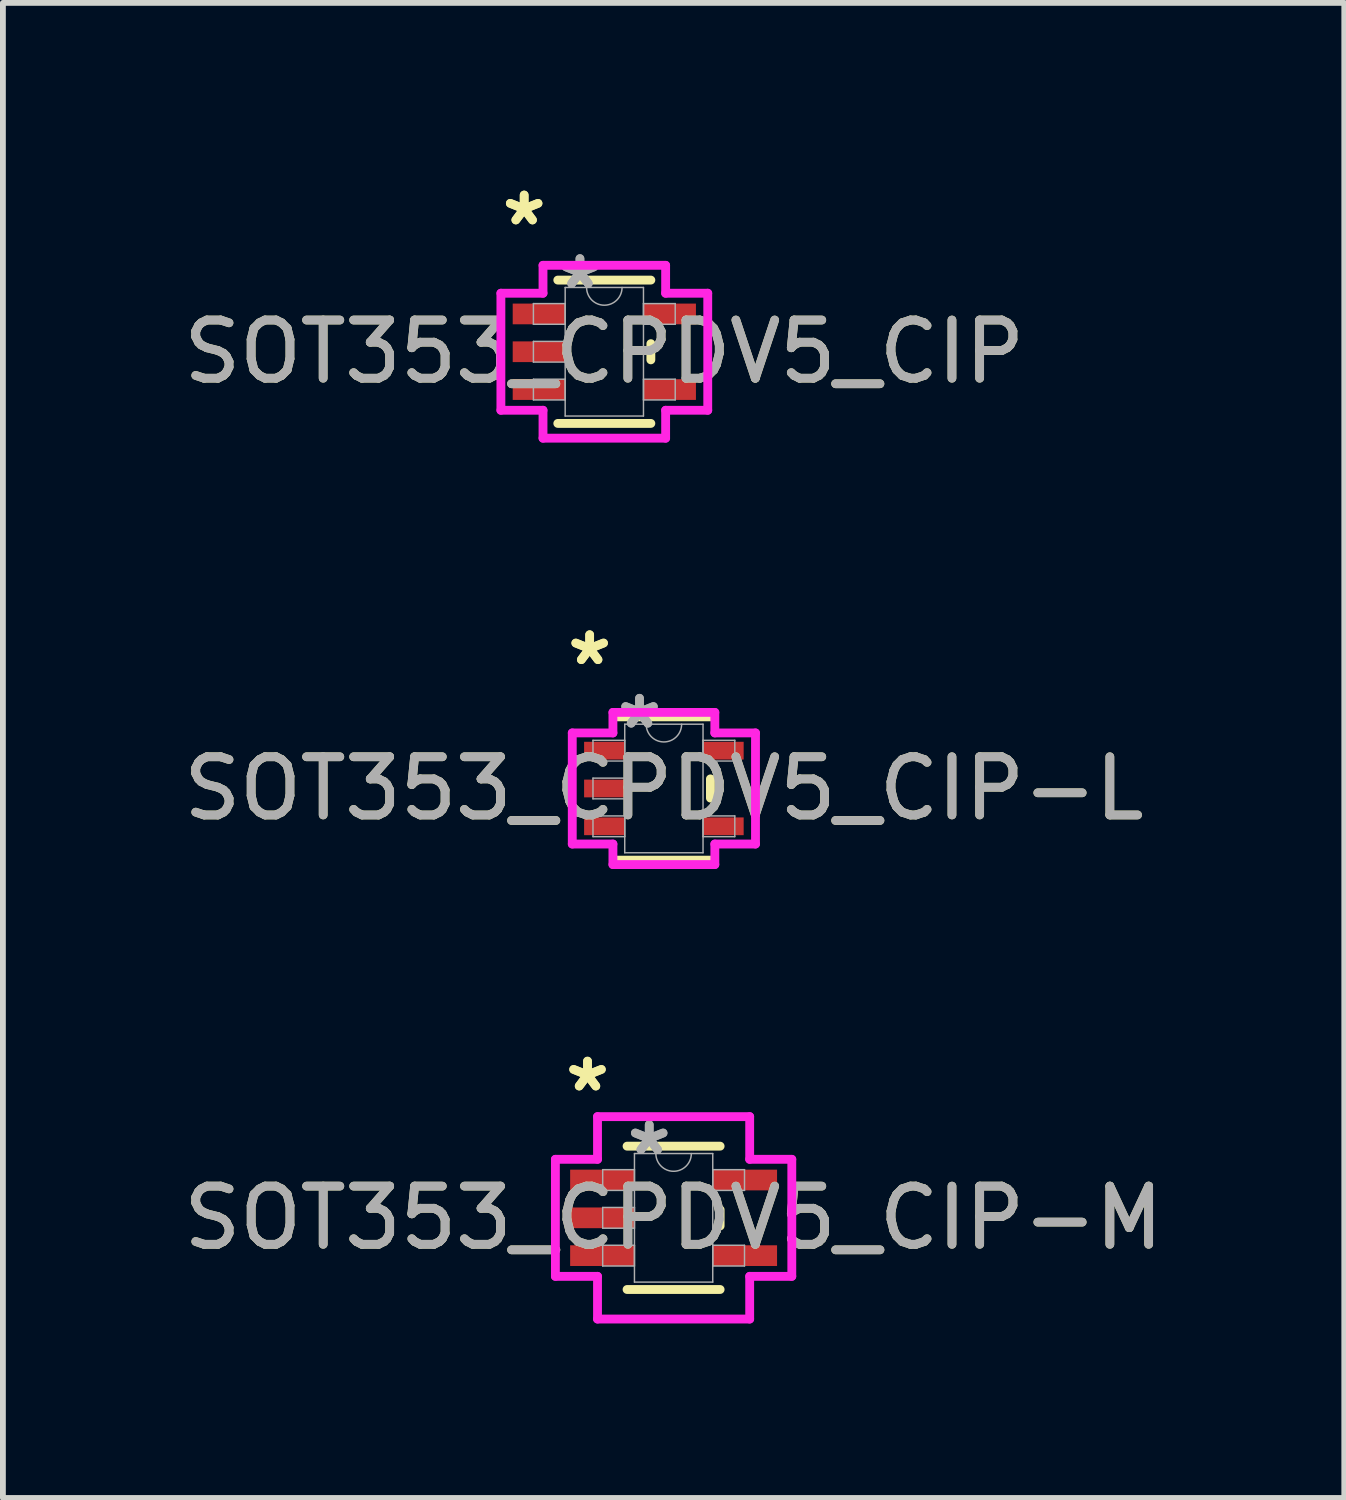
<source format=kicad_pcb>
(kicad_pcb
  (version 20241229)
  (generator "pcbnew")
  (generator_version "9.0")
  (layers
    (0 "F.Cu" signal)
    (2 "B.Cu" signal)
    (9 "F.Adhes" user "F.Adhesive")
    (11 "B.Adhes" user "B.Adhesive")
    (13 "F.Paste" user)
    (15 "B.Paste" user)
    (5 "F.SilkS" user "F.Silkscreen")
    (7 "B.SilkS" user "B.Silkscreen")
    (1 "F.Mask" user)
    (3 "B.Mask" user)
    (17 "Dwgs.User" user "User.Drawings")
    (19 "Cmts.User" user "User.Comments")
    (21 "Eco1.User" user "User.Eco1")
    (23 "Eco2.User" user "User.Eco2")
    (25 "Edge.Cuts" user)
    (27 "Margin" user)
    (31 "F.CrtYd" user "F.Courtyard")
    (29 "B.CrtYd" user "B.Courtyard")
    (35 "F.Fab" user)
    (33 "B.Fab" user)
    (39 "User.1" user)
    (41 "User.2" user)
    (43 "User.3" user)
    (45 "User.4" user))
  (footprint "SOT353_CPDV5_CIP-M"
    (layer "F.Cu")
    (at 8.53 17.886)
    (property "Reference" "SOT353_CPDV5_CIP-M" (at 0 0 0) (unlocked yes) (layer "F.SilkS") (effects (font (size 1 1) (thickness 0.15))))
    (attr smd)
    (fp_line (start -0.8 1.232) (end 0.8 1.232) (stroke (width 0.152) (type solid)) (layer "F.SilkS"))
    (fp_line (start 0.8 -1.232) (end -0.8 -1.232) (stroke (width 0.152) (type solid)) (layer "F.SilkS"))
    (fp_line (start 0.8 0.139) (end 0.8 -0.139) (stroke (width 0.152) (type solid)) (layer "F.SilkS"))
    (fp_line (start -2.032 -1.006) (end -1.308 -1.006) (stroke (width 0.152) (type solid)) (layer "F.CrtYd"))
    (fp_line (start -2.032 1.006) (end -2.032 -1.006) (stroke (width 0.152) (type solid)) (layer "F.CrtYd"))
    (fp_line (start -1.308 -1.74) (end 1.308 -1.74) (stroke (width 0.152) (type solid)) (layer "F.CrtYd"))
    (fp_line (start -1.308 -1.006) (end -1.308 -1.74) (stroke (width 0.152) (type solid)) (layer "F.CrtYd"))
    (fp_line (start -1.308 1.006) (end -2.032 1.006) (stroke (width 0.152) (type solid)) (layer "F.CrtYd"))
    (fp_line (start -1.308 1.74) (end -1.308 1.006) (stroke (width 0.152) (type solid)) (layer "F.CrtYd"))
    (fp_line (start 1.308 -1.74) (end 1.308 -1.006) (stroke (width 0.152) (type solid)) (layer "F.CrtYd"))
    (fp_line (start 1.308 -1.006) (end 2.032 -1.006) (stroke (width 0.152) (type solid)) (layer "F.CrtYd"))
    (fp_line (start 1.308 1.006) (end 1.308 1.74) (stroke (width 0.152) (type solid)) (layer "F.CrtYd"))
    (fp_line (start 1.308 1.74) (end -1.308 1.74) (stroke (width 0.152) (type solid)) (layer "F.CrtYd"))
    (fp_line (start 2.032 -1.006) (end 2.032 1.006) (stroke (width 0.152) (type solid)) (layer "F.CrtYd"))
    (fp_line (start 2.032 1.006) (end 1.308 1.006) (stroke (width 0.152) (type solid)) (layer "F.CrtYd"))
    (fp_line (start -1.219 -0.828) (end -1.219 -0.472) (stroke (width 0.025) (type solid)) (layer "F.Fab"))
    (fp_line (start -1.219 -0.472) (end -0.673 -0.472) (stroke (width 0.025) (type solid)) (layer "F.Fab"))
    (fp_line (start -1.219 -0.178) (end -1.219 0.178) (stroke (width 0.025) (type solid)) (layer "F.Fab"))
    (fp_line (start -1.219 0.178) (end -0.673 0.178) (stroke (width 0.025) (type solid)) (layer "F.Fab"))
    (fp_line (start -1.219 0.472) (end -1.219 0.828) (stroke (width 0.025) (type solid)) (layer "F.Fab"))
    (fp_line (start -1.219 0.828) (end -0.673 0.828) (stroke (width 0.025) (type solid)) (layer "F.Fab"))
    (fp_line (start -0.673 -1.105) (end -0.673 1.105) (stroke (width 0.025) (type solid)) (layer "F.Fab"))
    (fp_line (start -0.673 -0.828) (end -1.219 -0.828) (stroke (width 0.025) (type solid)) (layer "F.Fab"))
    (fp_line (start -0.673 -0.472) (end -0.673 -0.828) (stroke (width 0.025) (type solid)) (layer "F.Fab"))
    (fp_line (start -0.673 -0.178) (end -1.219 -0.178) (stroke (width 0.025) (type solid)) (layer "F.Fab"))
    (fp_line (start -0.673 0.178) (end -0.673 -0.178) (stroke (width 0.025) (type solid)) (layer "F.Fab"))
    (fp_line (start -0.673 0.472) (end -1.219 0.472) (stroke (width 0.025) (type solid)) (layer "F.Fab"))
    (fp_line (start -0.673 0.828) (end -0.673 0.472) (stroke (width 0.025) (type solid)) (layer "F.Fab"))
    (fp_line (start -0.673 1.105) (end 0.673 1.105) (stroke (width 0.025) (type solid)) (layer "F.Fab"))
    (fp_line (start 0.673 -1.105) (end -0.673 -1.105) (stroke (width 0.025) (type solid)) (layer "F.Fab"))
    (fp_line (start 0.673 -0.828) (end 0.673 -0.472) (stroke (width 0.025) (type solid)) (layer "F.Fab"))
    (fp_line (start 0.673 -0.472) (end 1.219 -0.472) (stroke (width 0.025) (type solid)) (layer "F.Fab"))
    (fp_line (start 0.673 0.472) (end 0.673 0.828) (stroke (width 0.025) (type solid)) (layer "F.Fab"))
    (fp_line (start 0.673 0.828) (end 1.219 0.828) (stroke (width 0.025) (type solid)) (layer "F.Fab"))
    (fp_line (start 0.673 1.105) (end 0.673 -1.105) (stroke (width 0.025) (type solid)) (layer "F.Fab"))
    (fp_line (start 1.219 -0.828) (end 0.673 -0.828) (stroke (width 0.025) (type solid)) (layer "F.Fab"))
    (fp_line (start 1.219 -0.472) (end 1.219 -0.828) (stroke (width 0.025) (type solid)) (layer "F.Fab"))
    (fp_line (start 1.219 0.472) (end 0.673 0.472) (stroke (width 0.025) (type solid)) (layer "F.Fab"))
    (fp_line (start 1.219 0.828) (end 1.219 0.472) (stroke (width 0.025) (type solid)) (layer "F.Fab"))
    (fp_arc (start 0.3048 -1.1049) (mid 0 -0.8001) (end -0.3048 -1.1049) (stroke (width 0.0254) (type solid)) (layer "F.Fab"))
    (fp_text user "*" (at -1.48 -2.149 0) (unlocked yes) (layer "F.SilkS") (effects (font (size 1 1) (thickness 0.15))))
    (fp_text user "*" (at -1.48 -2.149 0) (layer "F.SilkS") (effects (font (size 1 1) (thickness 0.15))))
    (fp_text user "*" (at -0.419 -1.056 0) (layer "F.Fab") (effects (font (size 1 1) (thickness 0.15))))
    (fp_text user "*" (at -0.419 -1.056 0) (unlocked yes) (layer "F.Fab") (effects (font (size 1 1) (thickness 0.15))))
    (fp_text user "${REFERENCE}" (at 0 0 0) (unlocked yes) (layer "F.Fab") (effects (font (size 1 1) (thickness 0.15))))
    (pad "1" smd rect (at -1.226 -0.65) (size 1.105 0.356) (layers "F.Cu" "F.Mask" "F.Paste"))
    (pad "2" smd rect (at -1.226 0) (size 1.105 0.356) (layers "F.Cu" "F.Mask" "F.Paste"))
    (pad "3" smd rect (at -1.226 0.65) (size 1.105 0.356) (layers "F.Cu" "F.Mask" "F.Paste"))
    (pad "4" smd rect (at 1.226 0.65) (size 1.105 0.356) (layers "F.Cu" "F.Mask" "F.Paste"))
    (pad "5" smd rect (at 1.226 -0.65) (size 1.105 0.356) (layers "F.Cu" "F.Mask" "F.Paste")))
  (footprint "SOT353_CPDV5_CIP-L"
    (layer "F.Cu")
    (at 8.363 10.505)
    (property "Reference" "SOT353_CPDV5_CIP-L" (at 0 0 0) (unlocked yes) (layer "F.SilkS") (effects (font (size 1 1) (thickness 0.15))))
    (attr smd)
    (fp_line (start -0.8 1.232) (end 0.8 1.232) (stroke (width 0.152) (type solid)) (layer "F.SilkS"))
    (fp_line (start 0.8 -1.232) (end -0.8 -1.232) (stroke (width 0.152) (type solid)) (layer "F.SilkS"))
    (fp_line (start 0.8 0.165) (end 0.8 -0.165) (stroke (width 0.152) (type solid)) (layer "F.SilkS"))
    (fp_line (start -1.575 -0.955) (end -0.876 -0.955) (stroke (width 0.152) (type solid)) (layer "F.CrtYd"))
    (fp_line (start -1.575 0.955) (end -1.575 -0.955) (stroke (width 0.152) (type solid)) (layer "F.CrtYd"))
    (fp_line (start -0.876 -1.308) (end 0.876 -1.308) (stroke (width 0.152) (type solid)) (layer "F.CrtYd"))
    (fp_line (start -0.876 -0.955) (end -0.876 -1.308) (stroke (width 0.152) (type solid)) (layer "F.CrtYd"))
    (fp_line (start -0.876 0.955) (end -1.575 0.955) (stroke (width 0.152) (type solid)) (layer "F.CrtYd"))
    (fp_line (start -0.876 1.308) (end -0.876 0.955) (stroke (width 0.152) (type solid)) (layer "F.CrtYd"))
    (fp_line (start 0.876 -1.308) (end 0.876 -0.955) (stroke (width 0.152) (type solid)) (layer "F.CrtYd"))
    (fp_line (start 0.876 -0.955) (end 1.575 -0.955) (stroke (width 0.152) (type solid)) (layer "F.CrtYd"))
    (fp_line (start 0.876 0.955) (end 0.876 1.308) (stroke (width 0.152) (type solid)) (layer "F.CrtYd"))
    (fp_line (start 0.876 1.308) (end -0.876 1.308) (stroke (width 0.152) (type solid)) (layer "F.CrtYd"))
    (fp_line (start 1.575 -0.955) (end 1.575 0.955) (stroke (width 0.152) (type solid)) (layer "F.CrtYd"))
    (fp_line (start 1.575 0.955) (end 0.876 0.955) (stroke (width 0.152) (type solid)) (layer "F.CrtYd"))
    (fp_line (start -1.219 -0.828) (end -1.219 -0.472) (stroke (width 0.025) (type solid)) (layer "F.Fab"))
    (fp_line (start -1.219 -0.472) (end -0.673 -0.472) (stroke (width 0.025) (type solid)) (layer "F.Fab"))
    (fp_line (start -1.219 -0.178) (end -1.219 0.178) (stroke (width 0.025) (type solid)) (layer "F.Fab"))
    (fp_line (start -1.219 0.178) (end -0.673 0.178) (stroke (width 0.025) (type solid)) (layer "F.Fab"))
    (fp_line (start -1.219 0.472) (end -1.219 0.828) (stroke (width 0.025) (type solid)) (layer "F.Fab"))
    (fp_line (start -1.219 0.828) (end -0.673 0.828) (stroke (width 0.025) (type solid)) (layer "F.Fab"))
    (fp_line (start -0.673 -1.105) (end -0.673 1.105) (stroke (width 0.025) (type solid)) (layer "F.Fab"))
    (fp_line (start -0.673 -0.828) (end -1.219 -0.828) (stroke (width 0.025) (type solid)) (layer "F.Fab"))
    (fp_line (start -0.673 -0.472) (end -0.673 -0.828) (stroke (width 0.025) (type solid)) (layer "F.Fab"))
    (fp_line (start -0.673 -0.178) (end -1.219 -0.178) (stroke (width 0.025) (type solid)) (layer "F.Fab"))
    (fp_line (start -0.673 0.178) (end -0.673 -0.178) (stroke (width 0.025) (type solid)) (layer "F.Fab"))
    (fp_line (start -0.673 0.472) (end -1.219 0.472) (stroke (width 0.025) (type solid)) (layer "F.Fab"))
    (fp_line (start -0.673 0.828) (end -0.673 0.472) (stroke (width 0.025) (type solid)) (layer "F.Fab"))
    (fp_line (start -0.673 1.105) (end 0.673 1.105) (stroke (width 0.025) (type solid)) (layer "F.Fab"))
    (fp_line (start 0.673 -1.105) (end -0.673 -1.105) (stroke (width 0.025) (type solid)) (layer "F.Fab"))
    (fp_line (start 0.673 -0.828) (end 0.673 -0.472) (stroke (width 0.025) (type solid)) (layer "F.Fab"))
    (fp_line (start 0.673 -0.472) (end 1.219 -0.472) (stroke (width 0.025) (type solid)) (layer "F.Fab"))
    (fp_line (start 0.673 0.472) (end 0.673 0.828) (stroke (width 0.025) (type solid)) (layer "F.Fab"))
    (fp_line (start 0.673 0.828) (end 1.219 0.828) (stroke (width 0.025) (type solid)) (layer "F.Fab"))
    (fp_line (start 0.673 1.105) (end 0.673 -1.105) (stroke (width 0.025) (type solid)) (layer "F.Fab"))
    (fp_line (start 1.219 -0.828) (end 0.673 -0.828) (stroke (width 0.025) (type solid)) (layer "F.Fab"))
    (fp_line (start 1.219 -0.472) (end 1.219 -0.828) (stroke (width 0.025) (type solid)) (layer "F.Fab"))
    (fp_line (start 1.219 0.472) (end 0.673 0.472) (stroke (width 0.025) (type solid)) (layer "F.Fab"))
    (fp_line (start 1.219 0.828) (end 1.219 0.472) (stroke (width 0.025) (type solid)) (layer "F.Fab"))
    (fp_arc (start 0.3048 -1.1049) (mid 0 -0.8001) (end -0.3048 -1.1049) (stroke (width 0.0254) (type solid)) (layer "F.Fab"))
    (fp_text user "*" (at -1.276 -2.098 0) (unlocked yes) (layer "F.SilkS") (effects (font (size 1 1) (thickness 0.15))))
    (fp_text user "*" (at -1.276 -2.098 0) (layer "F.SilkS") (effects (font (size 1 1) (thickness 0.15))))
    (fp_text user "*" (at -0.419 -1.006 0) (unlocked yes) (layer "F.Fab") (effects (font (size 1 1) (thickness 0.15))))
    (fp_text user "*" (at -0.419 -1.006 0) (layer "F.Fab") (effects (font (size 1 1) (thickness 0.15))))
    (fp_text user "${REFERENCE}" (at 0 0 0) (unlocked yes) (layer "F.Fab") (effects (font (size 1 1) (thickness 0.15))))
    (pad "1" smd rect (at -1.022 -0.65) (size 0.699 0.305) (layers "F.Cu" "F.Mask" "F.Paste"))
    (pad "2" smd rect (at -1.022 0) (size 0.699 0.305) (layers "F.Cu" "F.Mask" "F.Paste"))
    (pad "3" smd rect (at -1.022 0.65) (size 0.699 0.305) (layers "F.Cu" "F.Mask" "F.Paste"))
    (pad "4" smd rect (at 1.022 0.65) (size 0.699 0.305) (layers "F.Cu" "F.Mask" "F.Paste"))
    (pad "5" smd rect (at 1.022 -0.65) (size 0.699 0.305) (layers "F.Cu" "F.Mask" "F.Paste")))
  (footprint "SOT353_CPDV5_CIP"
    (layer "F.Cu")
    (at 7.339 2.997)
    (property "Reference" "SOT353_CPDV5_CIP" (at 0 0 0) (unlocked yes) (layer "F.SilkS") (effects (font (size 1 1) (thickness 0.15))))
    (attr smd)
    (fp_line (start -0.8 1.232) (end 0.8 1.232) (stroke (width 0.152) (type solid)) (layer "F.SilkS"))
    (fp_line (start 0.8 -1.232) (end -0.8 -1.232) (stroke (width 0.152) (type solid)) (layer "F.SilkS"))
    (fp_line (start 0.8 0.139) (end 0.8 -0.139) (stroke (width 0.152) (type solid)) (layer "F.SilkS"))
    (fp_line (start -1.778 -1.006) (end -1.054 -1.006) (stroke (width 0.152) (type solid)) (layer "F.CrtYd"))
    (fp_line (start -1.778 1.006) (end -1.778 -1.006) (stroke (width 0.152) (type solid)) (layer "F.CrtYd"))
    (fp_line (start -1.054 -1.486) (end 1.054 -1.486) (stroke (width 0.152) (type solid)) (layer "F.CrtYd"))
    (fp_line (start -1.054 -1.006) (end -1.054 -1.486) (stroke (width 0.152) (type solid)) (layer "F.CrtYd"))
    (fp_line (start -1.054 1.006) (end -1.778 1.006) (stroke (width 0.152) (type solid)) (layer "F.CrtYd"))
    (fp_line (start -1.054 1.486) (end -1.054 1.006) (stroke (width 0.152) (type solid)) (layer "F.CrtYd"))
    (fp_line (start 1.054 -1.486) (end 1.054 -1.006) (stroke (width 0.152) (type solid)) (layer "F.CrtYd"))
    (fp_line (start 1.054 -1.006) (end 1.778 -1.006) (stroke (width 0.152) (type solid)) (layer "F.CrtYd"))
    (fp_line (start 1.054 1.006) (end 1.054 1.486) (stroke (width 0.152) (type solid)) (layer "F.CrtYd"))
    (fp_line (start 1.054 1.486) (end -1.054 1.486) (stroke (width 0.152) (type solid)) (layer "F.CrtYd"))
    (fp_line (start 1.778 -1.006) (end 1.778 1.006) (stroke (width 0.152) (type solid)) (layer "F.CrtYd"))
    (fp_line (start 1.778 1.006) (end 1.054 1.006) (stroke (width 0.152) (type solid)) (layer "F.CrtYd"))
    (fp_line (start -1.219 -0.828) (end -1.219 -0.472) (stroke (width 0.025) (type solid)) (layer "F.Fab"))
    (fp_line (start -1.219 -0.472) (end -0.673 -0.472) (stroke (width 0.025) (type solid)) (layer "F.Fab"))
    (fp_line (start -1.219 -0.178) (end -1.219 0.178) (stroke (width 0.025) (type solid)) (layer "F.Fab"))
    (fp_line (start -1.219 0.178) (end -0.673 0.178) (stroke (width 0.025) (type solid)) (layer "F.Fab"))
    (fp_line (start -1.219 0.472) (end -1.219 0.828) (stroke (width 0.025) (type solid)) (layer "F.Fab"))
    (fp_line (start -1.219 0.828) (end -0.673 0.828) (stroke (width 0.025) (type solid)) (layer "F.Fab"))
    (fp_line (start -0.673 -1.105) (end -0.673 1.105) (stroke (width 0.025) (type solid)) (layer "F.Fab"))
    (fp_line (start -0.673 -0.828) (end -1.219 -0.828) (stroke (width 0.025) (type solid)) (layer "F.Fab"))
    (fp_line (start -0.673 -0.472) (end -0.673 -0.828) (stroke (width 0.025) (type solid)) (layer "F.Fab"))
    (fp_line (start -0.673 -0.178) (end -1.219 -0.178) (stroke (width 0.025) (type solid)) (layer "F.Fab"))
    (fp_line (start -0.673 0.178) (end -0.673 -0.178) (stroke (width 0.025) (type solid)) (layer "F.Fab"))
    (fp_line (start -0.673 0.472) (end -1.219 0.472) (stroke (width 0.025) (type solid)) (layer "F.Fab"))
    (fp_line (start -0.673 0.828) (end -0.673 0.472) (stroke (width 0.025) (type solid)) (layer "F.Fab"))
    (fp_line (start -0.673 1.105) (end 0.673 1.105) (stroke (width 0.025) (type solid)) (layer "F.Fab"))
    (fp_line (start 0.673 -1.105) (end -0.673 -1.105) (stroke (width 0.025) (type solid)) (layer "F.Fab"))
    (fp_line (start 0.673 -0.828) (end 0.673 -0.472) (stroke (width 0.025) (type solid)) (layer "F.Fab"))
    (fp_line (start 0.673 -0.472) (end 1.219 -0.472) (stroke (width 0.025) (type solid)) (layer "F.Fab"))
    (fp_line (start 0.673 0.472) (end 0.673 0.828) (stroke (width 0.025) (type solid)) (layer "F.Fab"))
    (fp_line (start 0.673 0.828) (end 1.219 0.828) (stroke (width 0.025) (type solid)) (layer "F.Fab"))
    (fp_line (start 0.673 1.105) (end 0.673 -1.105) (stroke (width 0.025) (type solid)) (layer "F.Fab"))
    (fp_line (start 1.219 -0.828) (end 0.673 -0.828) (stroke (width 0.025) (type solid)) (layer "F.Fab"))
    (fp_line (start 1.219 -0.472) (end 1.219 -0.828) (stroke (width 0.025) (type solid)) (layer "F.Fab"))
    (fp_line (start 1.219 0.472) (end 0.673 0.472) (stroke (width 0.025) (type solid)) (layer "F.Fab"))
    (fp_line (start 1.219 0.828) (end 1.219 0.472) (stroke (width 0.025) (type solid)) (layer "F.Fab"))
    (fp_arc (start 0.3048 -1.1049) (mid 0 -0.8001) (end -0.3048 -1.1049) (stroke (width 0.0254) (type solid)) (layer "F.Fab"))
    (fp_text user "*" (at -1.378 -2.149 0) (unlocked yes) (layer "F.SilkS") (effects (font (size 1 1) (thickness 0.15))))
    (fp_text user "*" (at -1.378 -2.149 0) (layer "F.SilkS") (effects (font (size 1 1) (thickness 0.15))))
    (fp_text user "${REFERENCE}" (at 0 0 0) (unlocked yes) (layer "F.Fab") (effects (font (size 1 1) (thickness 0.15))))
    (fp_text user "*" (at -0.419 -1.056 0) (unlocked yes) (layer "F.Fab") (effects (font (size 1 1) (thickness 0.15))))
    (fp_text user "*" (at -0.419 -1.056 0) (layer "F.Fab") (effects (font (size 1 1) (thickness 0.15))))
    (pad "1" smd rect (at -1.124 -0.65) (size 0.902 0.356) (layers "F.Cu" "F.Mask" "F.Paste"))
    (pad "2" smd rect (at -1.124 0) (size 0.902 0.356) (layers "F.Cu" "F.Mask" "F.Paste"))
    (pad "3" smd rect (at -1.124 0.65) (size 0.902 0.356) (layers "F.Cu" "F.Mask" "F.Paste"))
    (pad "4" smd rect (at 1.124 0.65) (size 0.902 0.356) (layers "F.Cu" "F.Mask" "F.Paste"))
    (pad "5" smd rect (at 1.124 -0.65) (size 0.902 0.356) (layers "F.Cu" "F.Mask" "F.Paste")))
  (gr_rect
    (start -3 -3)
    (end 20.06 22.702)
    (stroke (width 0.1) (type default))
    (fill no)
    (layer "Edge.Cuts")))
</source>
